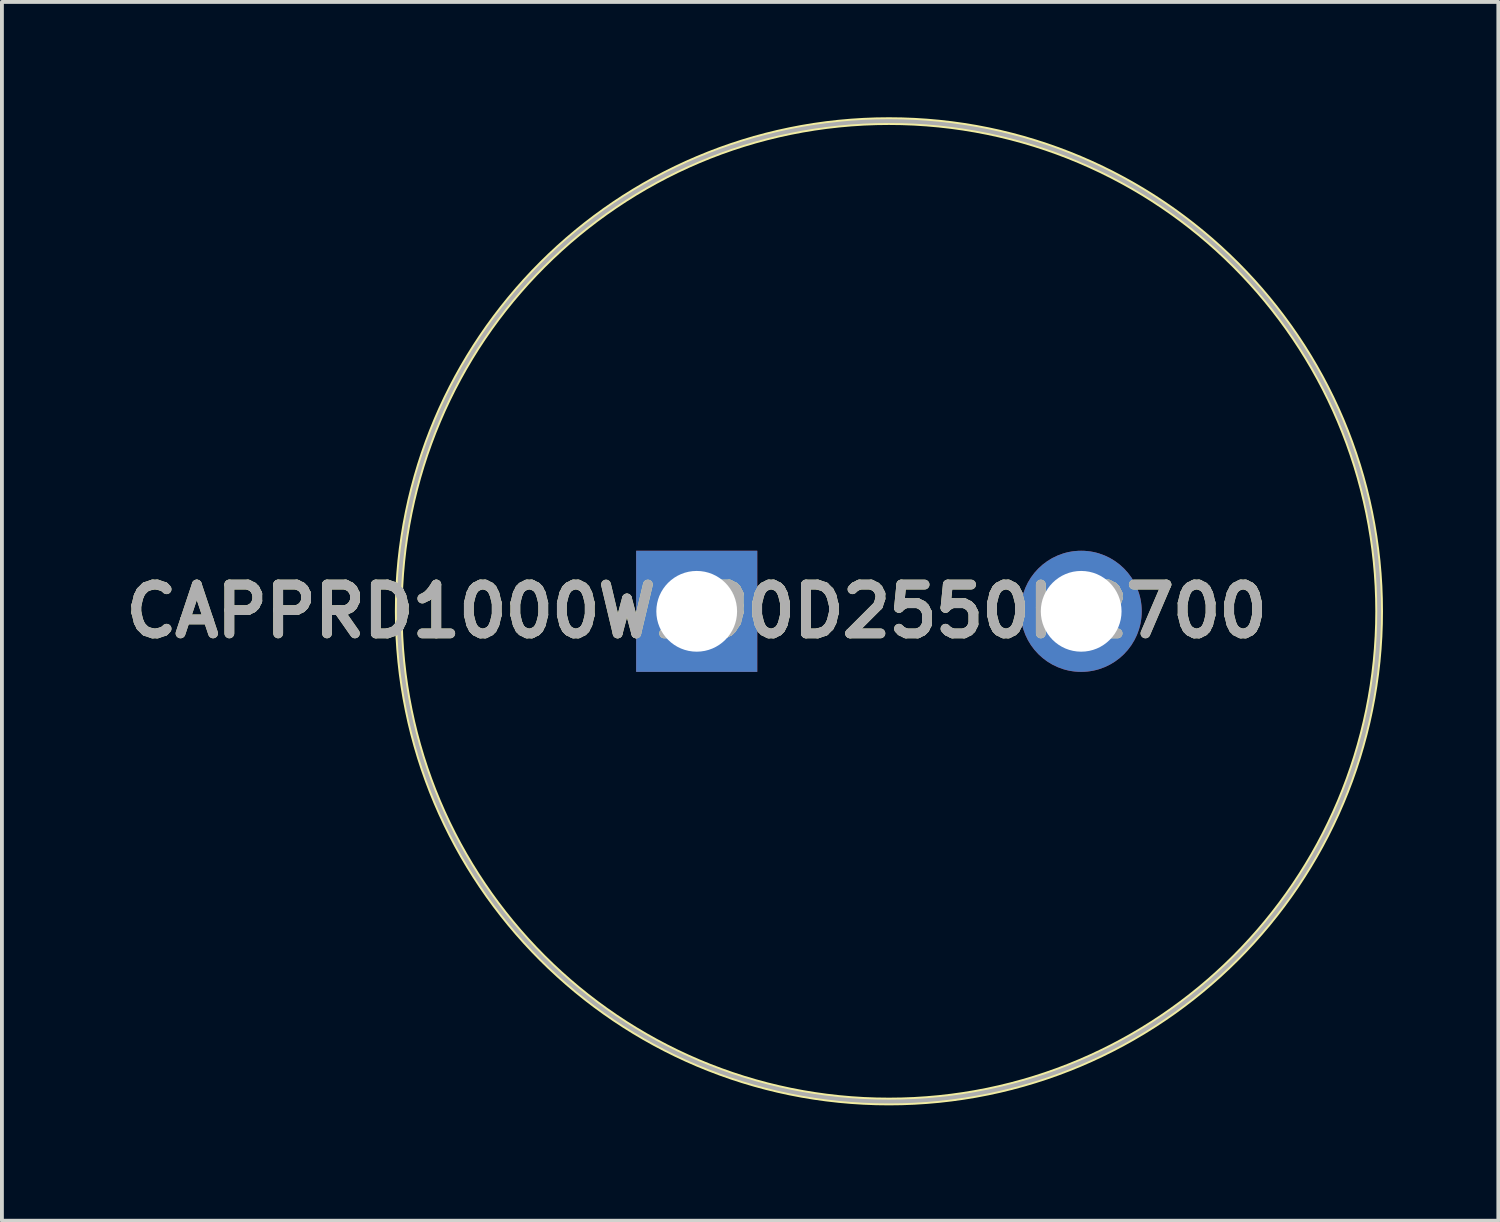
<source format=kicad_pcb>
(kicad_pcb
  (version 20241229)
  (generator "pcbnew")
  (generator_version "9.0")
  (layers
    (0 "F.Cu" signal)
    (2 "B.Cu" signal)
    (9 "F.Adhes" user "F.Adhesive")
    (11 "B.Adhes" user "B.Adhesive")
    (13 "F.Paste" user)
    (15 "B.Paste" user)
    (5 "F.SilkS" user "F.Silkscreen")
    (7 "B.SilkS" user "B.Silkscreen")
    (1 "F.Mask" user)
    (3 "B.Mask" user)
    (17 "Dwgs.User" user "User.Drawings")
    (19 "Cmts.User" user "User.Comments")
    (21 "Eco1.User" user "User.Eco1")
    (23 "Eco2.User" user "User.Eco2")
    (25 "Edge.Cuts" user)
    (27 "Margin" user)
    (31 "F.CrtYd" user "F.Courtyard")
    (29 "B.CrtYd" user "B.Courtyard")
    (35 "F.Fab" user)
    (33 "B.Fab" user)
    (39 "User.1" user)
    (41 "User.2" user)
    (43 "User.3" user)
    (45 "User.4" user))
  (footprint "CAPPRD1000W190D2550H2700"
    (layer "F.Cu")
    (at 15.071 12.85)
    (property "Reference" "CAPPRD1000W190D2550H2700" (at 0 0 0) (layer "F.SilkS") (effects (font (size 1.27 1.27) (thickness 0.254))))
    (attr through_hole)
    (fp_circle (center 5 0) (end 5 12.75) (stroke (width 0.2) (type solid)) (fill no) (layer "F.SilkS"))
    (fp_circle (center 5 0) (end 5 12.75) (stroke (width 0.1) (type solid)) (fill no) (layer "F.Fab"))
    (fp_text user "${REFERENCE}" (at 0 0 0) (layer "F.Fab") (effects (font (size 1.27 1.27) (thickness 0.254))))
    (pad "1" thru_hole rect (at 0 0) (size 3.15 3.15) (drill 2.1) (layers "*.Cu" "*.Mask"))
    (pad "2" thru_hole circle (at 10 0) (size 3.15 3.15) (drill 2.1) (layers "*.Cu" "*.Mask")))
  (gr_rect
    (start -3 -3)
    (end 35.921 28.7)
    (stroke (width 0.1) (type default))
    (fill no)
    (layer "Edge.Cuts")))
</source>
